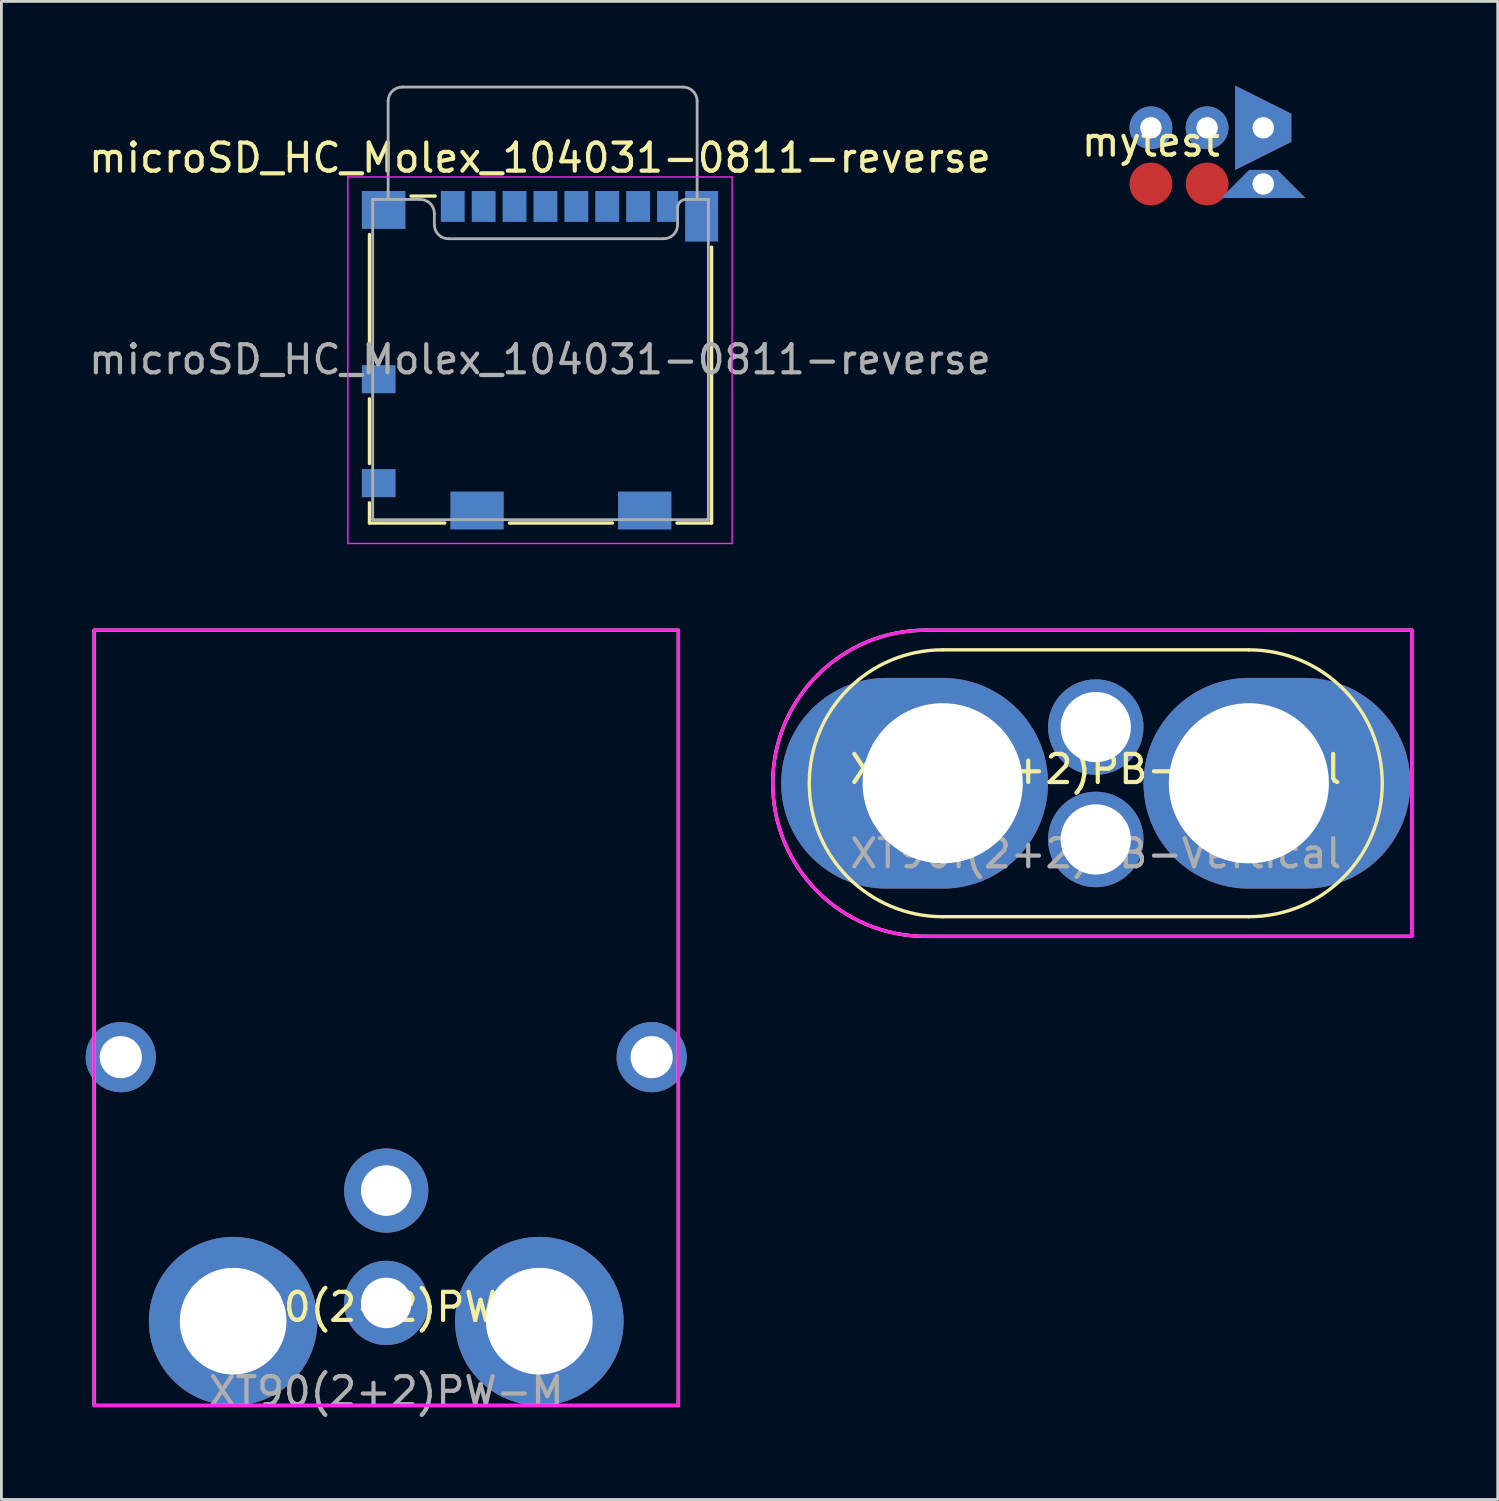
<source format=kicad_pcb>
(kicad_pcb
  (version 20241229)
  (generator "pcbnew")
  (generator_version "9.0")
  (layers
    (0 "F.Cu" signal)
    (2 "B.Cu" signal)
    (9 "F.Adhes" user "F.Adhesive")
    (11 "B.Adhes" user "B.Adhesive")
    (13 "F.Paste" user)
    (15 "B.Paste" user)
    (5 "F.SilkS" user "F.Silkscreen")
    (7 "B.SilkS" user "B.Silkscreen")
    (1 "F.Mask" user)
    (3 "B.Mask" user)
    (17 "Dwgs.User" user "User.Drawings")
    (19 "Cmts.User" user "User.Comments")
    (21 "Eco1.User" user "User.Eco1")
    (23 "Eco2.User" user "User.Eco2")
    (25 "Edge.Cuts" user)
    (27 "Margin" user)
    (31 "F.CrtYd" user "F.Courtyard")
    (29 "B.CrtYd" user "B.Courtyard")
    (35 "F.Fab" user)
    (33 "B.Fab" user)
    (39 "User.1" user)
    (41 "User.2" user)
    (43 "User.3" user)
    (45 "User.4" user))
  (footprint "microSD_HC_Molex_104031-0811-reverse"
    (layer "F.Cu")
    (at 16.173 9.75)
    (property "Reference" "microSD_HC_Molex_104031-0811-reverse" (at 0 -7.18 0) (layer "F.SilkS") (effects (font (size 1 1) (thickness 0.15))))
    (attr smd)
    (fp_line (start -6.07 -4.45) (end -6.07 0) (stroke (width 0.12) (type solid)) (layer "F.SilkS"))
    (fp_line (start -6.07 1.4) (end -6.07 3.7) (stroke (width 0.12) (type solid)) (layer "F.SilkS"))
    (fp_line (start -6.07 5.1) (end -6.07 5.82) (stroke (width 0.12) (type solid)) (layer "F.SilkS"))
    (fp_line (start -6.07 5.82) (end -3.39 5.82) (stroke (width 0.12) (type solid)) (layer "F.SilkS"))
    (fp_line (start -4.59 -5.82) (end -3.73 -5.82) (stroke (width 0.12) (type solid)) (layer "F.SilkS"))
    (fp_line (start -1.09 5.82) (end 2.58 5.82) (stroke (width 0.12) (type solid)) (layer "F.SilkS"))
    (fp_line (start 4.88 5.82) (end 6.11 5.82) (stroke (width 0.12) (type solid)) (layer "F.SilkS"))
    (fp_line (start 6.11 5.82) (end 6.11 -4) (stroke (width 0.12) (type solid)) (layer "F.SilkS"))
    (fp_line (start -6.84 -6.5) (end 6.84 -6.5) (stroke (width 0.05) (type solid)) (layer "F.CrtYd"))
    (fp_line (start -6.84 6.55) (end -6.84 -6.5) (stroke (width 0.05) (type solid)) (layer "F.CrtYd"))
    (fp_line (start 6.84 -6.5) (end 6.84 6.55) (stroke (width 0.05) (type solid)) (layer "F.CrtYd"))
    (fp_line (start 6.84 6.55) (end -6.84 6.55) (stroke (width 0.05) (type solid)) (layer "F.CrtYd"))
    (fp_line (start -5.955 -5.7) (end -5.955 5.7) (stroke (width 0.1) (type solid)) (layer "F.Fab"))
    (fp_line (start -5.955 -5.7) (end -4.26 -5.7) (stroke (width 0.1) (type solid)) (layer "F.Fab"))
    (fp_line (start -5.405 -9.2) (end -5.405 -5.7) (stroke (width 0.1) (type solid)) (layer "F.Fab"))
    (fp_line (start -4.905 -9.7) (end 5.095 -9.7) (stroke (width 0.1) (type solid)) (layer "F.Fab"))
    (fp_line (start -3.76 -4.8) (end -3.76 -5.2) (stroke (width 0.1) (type solid)) (layer "F.Fab"))
    (fp_line (start 4.4 -4.3) (end -3.26 -4.3) (stroke (width 0.1) (type solid)) (layer "F.Fab"))
    (fp_line (start 4.9 -5.4) (end 4.9 -4.8) (stroke (width 0.1) (type solid)) (layer "F.Fab"))
    (fp_line (start 5.595 -5.7) (end 5.595 -9.2) (stroke (width 0.1) (type solid)) (layer "F.Fab"))
    (fp_line (start 5.995 -5.7) (end 5.21 -5.7) (stroke (width 0.1) (type solid)) (layer "F.Fab"))
    (fp_line (start 5.995 5.7) (end -5.955 5.7) (stroke (width 0.1) (type solid)) (layer "F.Fab"))
    (fp_line (start 5.995 5.7) (end 5.995 -5.7) (stroke (width 0.1) (type solid)) (layer "F.Fab"))
    (fp_arc (start -5.405 -9.2) (mid -5.258553 -9.553553) (end -4.905 -9.7) (stroke (width 0.1) (type solid)) (layer "F.Fab"))
    (fp_arc (start -4.26 -5.7) (mid -3.906447 -5.553553) (end -3.76 -5.2) (stroke (width 0.1) (type solid)) (layer "F.Fab"))
    (fp_arc (start -3.26 -4.3) (mid -3.613553 -4.446447) (end -3.76 -4.8) (stroke (width 0.1) (type solid)) (layer "F.Fab"))
    (fp_arc (start 4.9 -5.4) (mid 4.987868 -5.612132) (end 5.2 -5.7) (stroke (width 0.1) (type solid)) (layer "F.Fab"))
    (fp_arc (start 4.9 -4.8) (mid 4.753553 -4.446447) (end 4.4 -4.3) (stroke (width 0.1) (type solid)) (layer "F.Fab"))
    (fp_arc (start 5.095 -9.7) (mid 5.448553 -9.553553) (end 5.595 -9.2) (stroke (width 0.1) (type solid)) (layer "F.Fab"))
    (fp_text user "${REFERENCE}" (at 0 0 0) (layer "F.Fab") (effects (font (size 1 1) (thickness 0.15))))
    (pad "1" smd rect (at -3.105 -5.45) (size 0.85 1.1) (layers "B.Cu" "B.Mask" "B.Paste"))
    (pad "2" smd rect (at -2.005 -5.45) (size 0.85 1.1) (layers "B.Cu" "B.Mask" "B.Paste"))
    (pad "3" smd rect (at -0.905 -5.45) (size 0.85 1.1) (layers "B.Cu" "B.Mask" "B.Paste"))
    (pad "4" smd rect (at 0.195 -5.45) (size 0.85 1.1) (layers "B.Cu" "B.Mask" "B.Paste"))
    (pad "5" smd rect (at 1.295 -5.45) (size 0.85 1.1) (layers "B.Cu" "B.Mask" "B.Paste"))
    (pad "6" smd rect (at 2.395 -5.45) (size 0.85 1.1) (layers "B.Cu" "B.Mask" "B.Paste"))
    (pad "7" smd rect (at 3.495 -5.45) (size 0.85 1.1) (layers "B.Cu" "B.Mask" "B.Paste"))
    (pad "8" smd rect (at 4.545 -5.45) (size 0.75 1.1) (layers "B.Cu" "B.Mask" "B.Paste"))
    (pad "9" smd rect (at -5.74 0.7) (size 1.2 1) (layers "B.Cu" "B.Mask" "B.Paste"))
    (pad "10" smd rect (at -5.74 4.4) (size 1.2 1) (layers "B.Cu" "B.Mask" "B.Paste"))
    (pad "11" smd rect (at -5.565 -5.325) (size 1.55 1.35) (layers "B.Cu" "B.Mask" "B.Paste"))
    (pad "11" smd rect (at -2.24 5.375) (size 1.9 1.35) (layers "B.Cu" "B.Mask" "B.Paste"))
    (pad "11" smd rect (at 3.73 5.375) (size 1.9 1.35) (layers "B.Cu" "B.Mask" "B.Paste"))
    (pad "11" smd rect (at 5.755 -5.1) (size 1.17 1.8) (layers "B.Cu" "B.Mask" "B.Paste")))
  (footprint "mytest"
    (layer "F.Cu")
    (at 37.923 1.5)
    (property "Reference" "mytest" (at 0 0.5 0) (layer "F.SilkS") (effects (font (size 1 1) (thickness 0.15))))
    (attr through_hole)
    (pad "" np_thru_hole circle (at 2 0) (size 1.524 1.524) (drill 0.762) (layers "*.Cu" "*.Mask"))
    (pad "1" thru_hole circle (at 0 0) (size 1.524 1.524) (drill 0.762) (layers "*.Cu" "*.Mask"))
    (pad "1" thru_hole trapezoid (at 4 0) (size 2 2) (rect_delta 1 0) (drill 0.762) (layers "*.Cu" "*.Mask"))
    (pad "1" thru_hole trapezoid (at 4 2) (size 2 1) (rect_delta 0 1) (drill 0.762) (layers "*.Cu" "*.Mask"))
    (pad "2" smd circle (at 0 2) (size 1.524 1.524) (layers "F.Cu" "F.Mask" "F.Paste"))
    (pad "3" connect circle (at 2 2) (size 1.524 1.524) (layers "F.Cu" "F.Mask")))
  (footprint "XT90(2+2)PW-M"
    (layer "F.Cu")
    (at 10.7 43.985)
    (property "Reference" "XT90(2+2)PW-M" (at 0 -0.5 0) (unlocked yes) (layer "F.SilkS") (effects (font (size 1 1) (thickness 0.15))))
    (fp_rect (start -10.4 3) (end 10.4 -24.6) (stroke (width 0.12) (type solid)) (fill no) (layer "F.SilkS"))
    (fp_rect (start -10.4 3) (end 10.4 -24.6) (stroke (width 0.12) (type solid)) (fill no) (layer "F.CrtYd"))
    (fp_text user "${REFERENCE}" (at 0 2.5 0) (unlocked yes) (layer "F.Fab") (effects (font (size 1 1) (thickness 0.15))))
    (pad "" thru_hole circle (at -9.45 -9.4 90) (size 2.5 2.5) (drill 1.5) (layers "*.Cu" "*.Mask"))
    (pad "" thru_hole circle (at 9.45 -9.4 90) (size 2.5 2.5) (drill 1.5) (layers "*.Cu" "*.Mask"))
    (pad "1" thru_hole circle (at -5.45 0) (size 6 6) (drill 3.8) (layers "*.Cu" "*.Mask"))
    (pad "2" thru_hole circle (at 0 -0.65) (size 3 3) (drill 1.8) (layers "*.Cu" "*.Mask"))
    (pad "3" thru_hole circle (at 0 -4.65 90) (size 3 3) (drill 1.8) (layers "*.Cu" "*.Mask"))
    (pad "4" thru_hole circle (at 5.45 0) (size 6 6) (drill 3.8) (layers "*.Cu" "*.Mask")))
  (footprint "XT90I(2+2)PB-Vertical"
    (layer "F.Cu")
    (at 35.96 24.835)
    (property "Reference" "XT90I(2+2)PB-Vertical" (at 0 -0.5 0) (unlocked yes) (layer "F.SilkS") (effects (font (size 1 1) (thickness 0.15))))
    (fp_line (start -6.05 -5.45) (end 11.25 -5.45) (stroke (width 0.12) (type solid)) (layer "F.SilkS"))
    (fp_line (start -5.45 4.75) (end 5.45 4.75) (stroke (width 0.12) (type solid)) (layer "F.SilkS"))
    (fp_line (start 5.45 -4.75) (end -5.45 -4.75) (stroke (width 0.12) (type solid)) (layer "F.SilkS"))
    (fp_line (start 11.25 -5.45) (end 11.25 5.45) (stroke (width 0.12) (type solid)) (layer "F.SilkS"))
    (fp_line (start 11.25 5.45) (end -6.05 5.45) (stroke (width 0.12) (type solid)) (layer "F.SilkS"))
    (fp_arc (start -6.05 5.45) (mid -11.5 0) (end -6.05 -5.45) (stroke (width 0.12) (type solid)) (layer "F.SilkS"))
    (fp_arc (start -5.45 4.75) (mid -10.2 0) (end -5.45 -4.75) (stroke (width 0.12) (type solid)) (layer "F.SilkS"))
    (fp_arc (start 5.45 -4.75) (mid 10.2 0) (end 5.45 4.75) (stroke (width 0.12) (type solid)) (layer "F.SilkS"))
    (fp_line (start -6.05 -5.45) (end 11.25 -5.45) (stroke (width 0.12) (type solid)) (layer "F.CrtYd"))
    (fp_line (start 11.25 -5.45) (end 11.25 5.45) (stroke (width 0.12) (type solid)) (layer "F.CrtYd"))
    (fp_line (start 11.25 5.45) (end -6.05 5.45) (stroke (width 0.12) (type solid)) (layer "F.CrtYd"))
    (fp_arc (start -6.05 5.45) (mid -11.5 0) (end -6.05 -5.45) (stroke (width 0.12) (type solid)) (layer "F.CrtYd"))
    (fp_text user "${REFERENCE}" (at 0 2.5 0) (unlocked yes) (layer "F.Fab") (effects (font (size 1 1) (thickness 0.15))))
    (pad "1" thru_hole oval (at -5.45 0) (size 9.5 7.5) (drill 5.7 (offset -1 0)) (layers "*.Cu" "*.Mask"))
    (pad "2" thru_hole circle (at 0 2) (size 3.4 3.4) (drill 2.5) (layers "*.Cu" "*.Mask"))
    (pad "3" thru_hole circle (at 0 -2 90) (size 3.4 3.4) (drill 2.5) (layers "*.Cu" "*.Mask"))
    (pad "4" thru_hole oval (at 5.45 0) (size 9.5 7.5) (drill 5.7 (offset 1 0)) (layers "*.Cu" "*.Mask")))
  (gr_rect
    (start -3 -3)
    (end 50.27 50.333)
    (stroke (width 0.1) (type default))
    (fill no)
    (layer "Edge.Cuts")))
</source>
